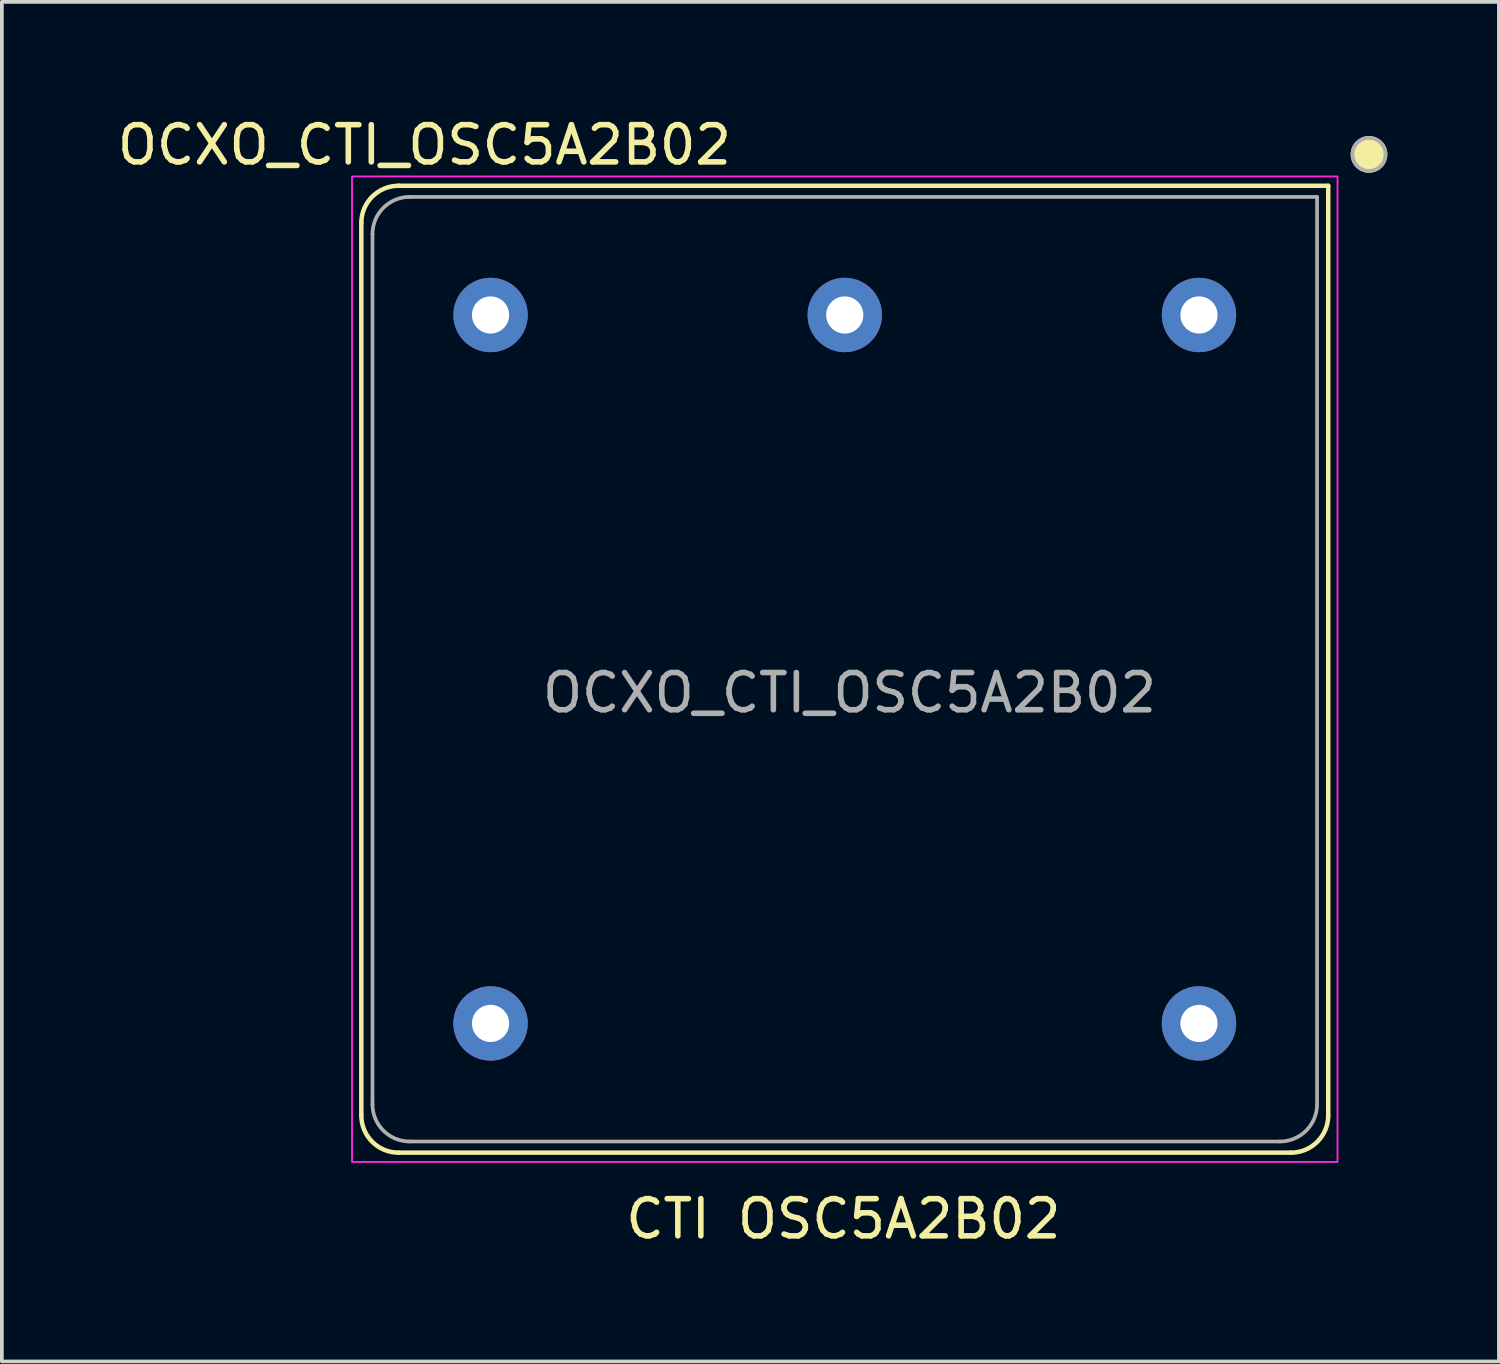
<source format=kicad_pcb>
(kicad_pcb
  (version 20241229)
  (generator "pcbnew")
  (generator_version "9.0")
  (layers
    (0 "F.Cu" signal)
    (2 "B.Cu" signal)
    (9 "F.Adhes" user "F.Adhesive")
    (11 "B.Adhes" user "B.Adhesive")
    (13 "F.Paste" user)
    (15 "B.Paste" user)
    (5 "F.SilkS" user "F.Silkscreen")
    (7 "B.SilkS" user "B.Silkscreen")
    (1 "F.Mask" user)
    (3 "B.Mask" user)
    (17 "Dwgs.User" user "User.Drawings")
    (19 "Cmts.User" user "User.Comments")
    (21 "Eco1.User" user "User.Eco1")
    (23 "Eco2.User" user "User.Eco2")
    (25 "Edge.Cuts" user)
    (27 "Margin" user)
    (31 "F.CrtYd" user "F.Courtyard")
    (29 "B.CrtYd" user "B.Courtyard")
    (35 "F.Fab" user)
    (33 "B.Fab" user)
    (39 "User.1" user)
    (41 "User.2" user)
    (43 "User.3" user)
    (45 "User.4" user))
  (footprint "OCXO_CTI_OSC5A2B02"
    (layer "F.Cu")
    (at 10.141 5.42)
    (property "Reference" "OCXO_CTI_OSC5A2B02" (at -1.778 -4.572 0) (unlocked yes) (layer "F.SilkS") (effects (font (size 1 1) (thickness 0.15))))
    (attr through_hole)
    (fp_line (start -3.475 -2.475) (end -3.475 21.525) (stroke (width 0.12) (type default)) (layer "F.SilkS"))
    (fp_line (start -2.475 22.525) (end 21.525 22.525) (stroke (width 0.12) (type default)) (layer "F.SilkS"))
    (fp_line (start 22.525 -3.475) (end -2.475 -3.475) (stroke (width 0.12) (type default)) (layer "F.SilkS"))
    (fp_line (start 22.525 21.525) (end 22.525 -3.475) (stroke (width 0.12) (type default)) (layer "F.SilkS"))
    (fp_arc (start -3.475 -2.475) (mid -3.182107 -3.182107) (end -2.475 -3.475) (stroke (width 0.12) (type default)) (layer "F.SilkS"))
    (fp_arc (start -2.475 22.525) (mid -3.182107 22.232107) (end -3.475 21.525) (stroke (width 0.12) (type default)) (layer "F.SilkS"))
    (fp_arc (start 22.525 21.525) (mid 22.232107 22.232107) (end 21.525 22.525) (stroke (width 0.12) (type default)) (layer "F.SilkS"))
    (fp_circle (center 23.622 -4.318) (end 24.065 -4.318) (stroke (width 0.1) (type solid)) (fill yes) (layer "F.SilkS"))
    (fp_rect (start -3.725 -3.725) (end 22.775 22.775) (stroke (width 0.05) (type default)) (fill no) (layer "F.CrtYd"))
    (fp_line (start -3.175 -2.175) (end -3.175 21.225) (stroke (width 0.1) (type default)) (layer "F.Fab"))
    (fp_line (start -2.175 22.225) (end 21.225 22.225) (stroke (width 0.1) (type default)) (layer "F.Fab"))
    (fp_line (start 22.225 -3.175) (end -2.175 -3.175) (stroke (width 0.1) (type default)) (layer "F.Fab"))
    (fp_line (start 22.225 21.225) (end 22.225 -3.175) (stroke (width 0.1) (type default)) (layer "F.Fab"))
    (fp_arc (start -3.175 -2.175) (mid -2.882107 -2.882107) (end -2.175 -3.175) (stroke (width 0.1) (type default)) (layer "F.Fab"))
    (fp_arc (start -2.175 22.225) (mid -2.882107 21.932107) (end -3.175 21.225) (stroke (width 0.1) (type default)) (layer "F.Fab"))
    (fp_arc (start 22.225 21.225) (mid 21.932107 21.932107) (end 21.225 22.225) (stroke (width 0.1) (type default)) (layer "F.Fab"))
    (fp_circle (center 23.622 -4.318) (end 24.065 -4.318) (stroke (width 0.1) (type solid)) (fill no) (layer "F.Fab"))
    (fp_rect (start 0 0) (end 19.05 19.05) (stroke (width 0.12) (type default)) (fill no) (layer "User.2"))
    (fp_text user "CTI OSC5A2B02" (at 3.556 24.892 0) (unlocked yes) (layer "F.SilkS") (effects (font (size 1 1) (thickness 0.15)) (justify left bottom)))
    (fp_text user "${REFERENCE}" (at 9.652 10.16 0) (unlocked yes) (layer "F.Fab") (effects (font (size 1 1) (thickness 0.15))))
    (pad "1" thru_hole circle (at 19.05 0) (size 2 2) (drill 1) (layers "*.Cu" "*.Mask"))
    (pad "2" thru_hole circle (at 9.525 0) (size 2 2) (drill 1) (layers "*.Cu" "*.Mask"))
    (pad "3" thru_hole circle (at 0 0) (size 2 2) (drill 1) (layers "*.Cu" "*.Mask"))
    (pad "4" thru_hole circle (at 0 19.05) (size 2 2) (drill 1) (layers "*.Cu" "*.Mask"))
    (pad "5" thru_hole circle (at 19.05 19.05) (size 2 2) (drill 1) (layers "*.Cu" "*.Mask")))
  (gr_rect
    (start -3 -3)
    (end 37.256 33.559)
    (stroke (width 0.1) (type default))
    (fill no)
    (layer "Edge.Cuts")))
</source>
